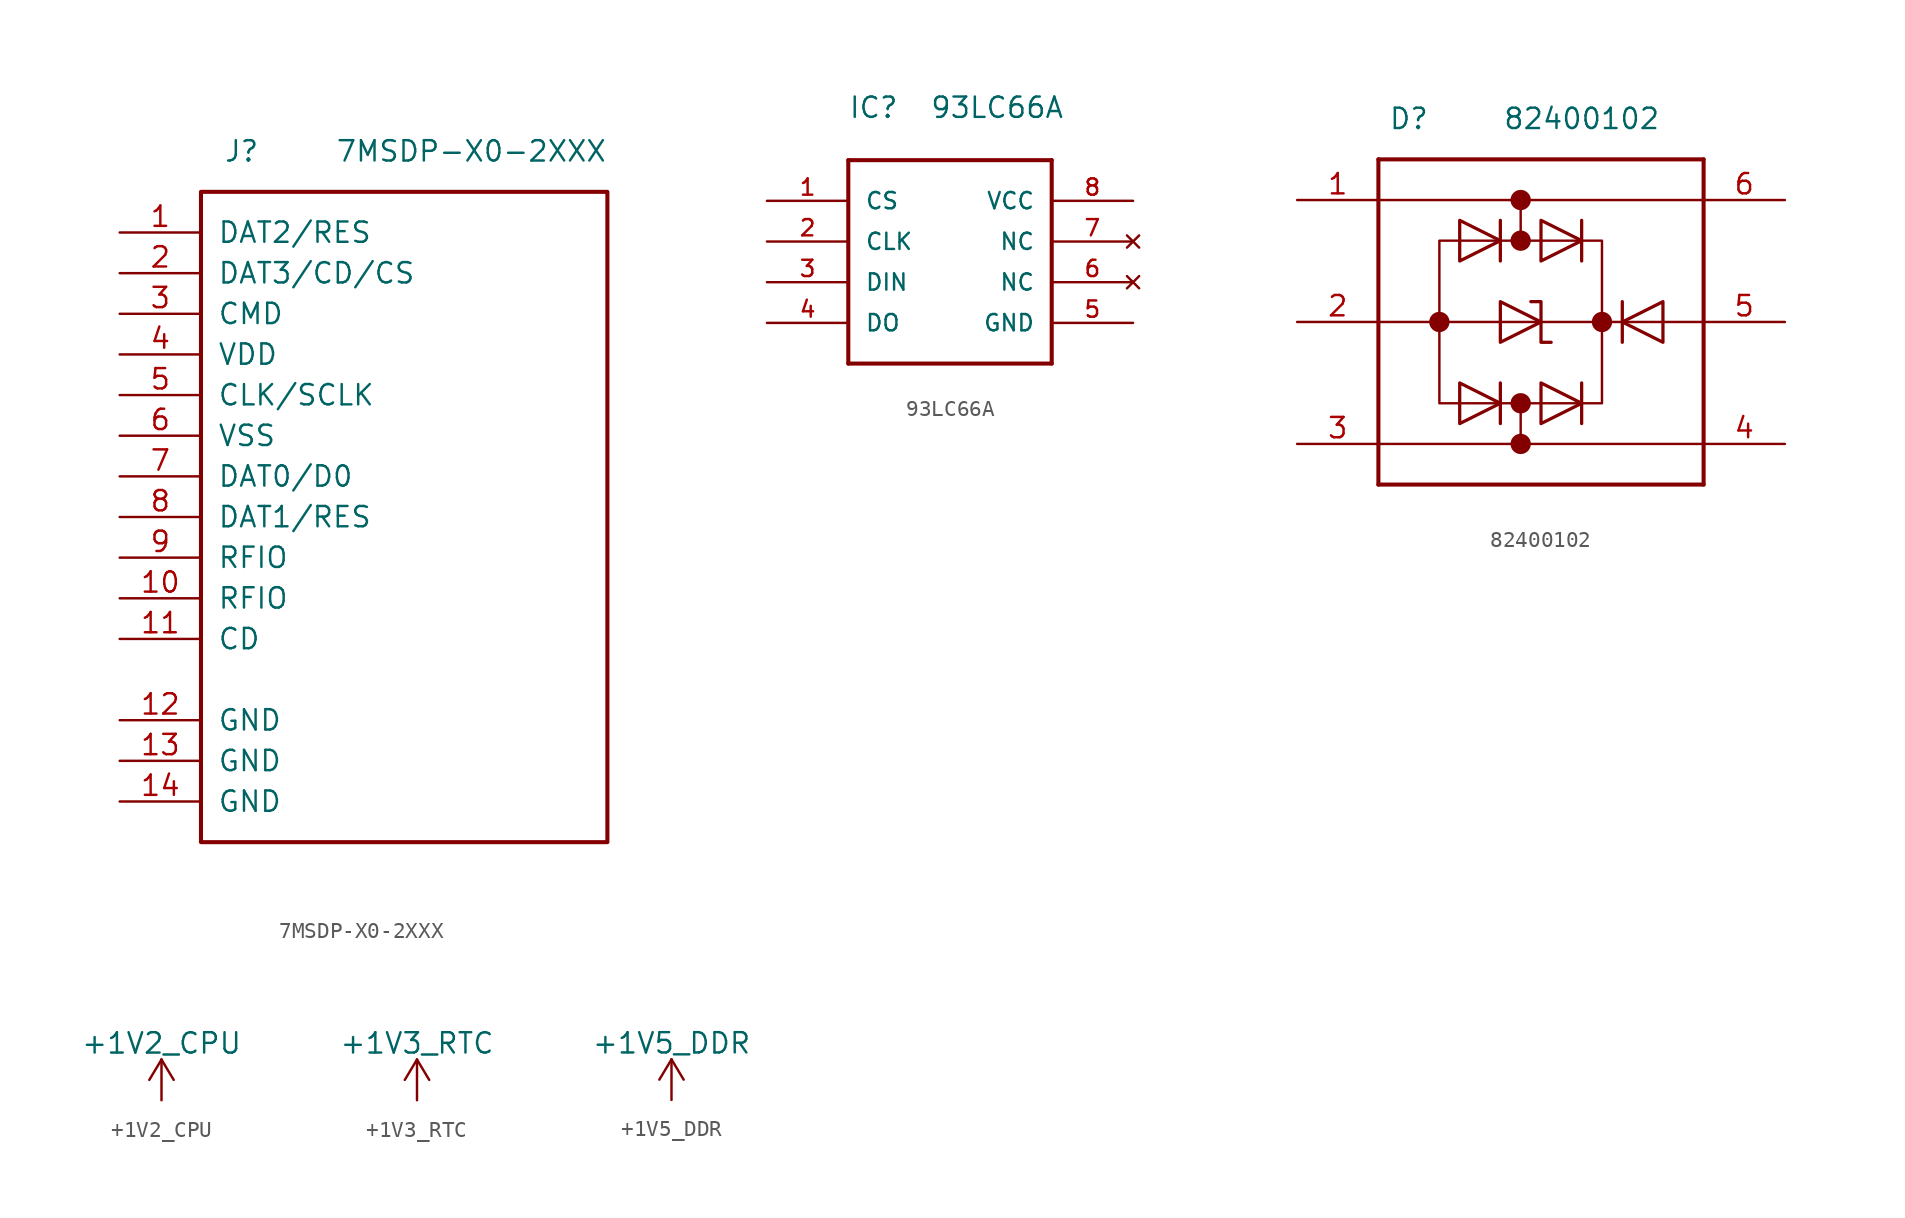
<source format=kicad_sym>
(kicad_symbol_lib
  (version 20220914)
  (generator kicad_symbol_editor)
  (symbol "7MSDP-X0-2XXX"
    (pin_names
      (offset 1.016))
    (property "Reference" "J"
      (at 2.54 2.54 0)
      (effects (font (size 1.27 1.27))))
    (property "Value" "7MSDP-X0-2XXX"
      (at 25.4 2.54 0)
      (effects (font (size 1.27 1.27)) (justify right)))
    (symbol "7MSDP-X0-2XXX_0_1"
      (polyline (pts (xy 25.4 -40.64) (xy 25.4 0) (xy 0 0) (xy 0 -40.64) (xy 25.4 -40.64)) (stroke (width 0.254) (type solid)) (fill (type none))))
    (symbol "7MSDP-X0-2XXX_1_1"
      (pin bidirectional line (at -5.08 -2.54 0) (length 5.08) (name "DAT2/RES" (effects (font (size 1.27 1.27)))) (number "1" (effects (font (size 1.27 1.27)))))
      (pin passive line (at -5.08 -25.4 0) (length 5.08) (name "RFIO" (effects (font (size 1.27 1.27)))) (number "10" (effects (font (size 1.27 1.27)))))
      (pin passive line (at -5.08 -27.94 0) (length 5.08) (name "CD" (effects (font (size 1.27 1.27)))) (number "11" (effects (font (size 1.27 1.27)))))
      (pin passive line (at -5.08 -33.02 0) (length 5.08) (name "GND" (effects (font (size 1.27 1.27)))) (number "12" (effects (font (size 1.27 1.27)))))
      (pin passive line (at -5.08 -35.56 0) (length 5.08) (name "GND" (effects (font (size 1.27 1.27)))) (number "13" (effects (font (size 1.27 1.27)))))
      (pin passive line (at -5.08 -38.1 0) (length 5.08) (name "GND" (effects (font (size 1.27 1.27)))) (number "14" (effects (font (size 1.27 1.27)))))
      (pin bidirectional line (at -5.08 -5.08 0) (length 5.08) (name "DAT3/CD/CS" (effects (font (size 1.27 1.27)))) (number "2" (effects (font (size 1.27 1.27)))))
      (pin input line (at -5.08 -7.62 0) (length 5.08) (name "CMD" (effects (font (size 1.27 1.27)))) (number "3" (effects (font (size 1.27 1.27)))))
      (pin power_in line (at -5.08 -10.16 0) (length 5.08) (name "VDD" (effects (font (size 1.27 1.27)))) (number "4" (effects (font (size 1.27 1.27)))))
      (pin input line (at -5.08 -12.7 0) (length 5.08) (name "CLK/SCLK" (effects (font (size 1.27 1.27)))) (number "5" (effects (font (size 1.27 1.27)))))
      (pin power_in line (at -5.08 -15.24 0) (length 5.08) (name "VSS" (effects (font (size 1.27 1.27)))) (number "6" (effects (font (size 1.27 1.27)))))
      (pin bidirectional line (at -5.08 -17.78 0) (length 5.08) (name "DAT0/D0" (effects (font (size 1.27 1.27)))) (number "7" (effects (font (size 1.27 1.27)))))
      (pin bidirectional line (at -5.08 -20.32 0) (length 5.08) (name "DAT1/RES" (effects (font (size 1.27 1.27)))) (number "8" (effects (font (size 1.27 1.27)))))
      (pin passive line (at -5.08 -22.86 0) (length 5.08) (name "RFIO" (effects (font (size 1.27 1.27)))) (number "9" (effects (font (size 1.27 1.27)))))))
  (symbol "93LC66A"
    (pin_names
      (offset 1.016))
    (property "Reference" "IC"
      (at 0 2.54 0)
      (effects (font (size 1.27 1.27)) (justify left bottom)))
    (property "Value" "93LC66A"
      (at 5.08 2.54 0)
      (effects (font (size 1.27 1.27)) (justify left bottom)))
    (symbol "93LC66A_1_0"
      (polyline (pts (xy 0 -12.7) (xy 0 0)) (stroke (width 0.254) (type solid)) (fill (type none)))
      (polyline (pts (xy 0 0) (xy 12.7 0)) (stroke (width 0.254) (type solid)) (fill (type none)))
      (polyline (pts (xy 12.7 -12.7) (xy 0 -12.7)) (stroke (width 0.254) (type solid)) (fill (type none)))
      (polyline (pts (xy 12.7 0) (xy 12.7 -12.7)) (stroke (width 0.254) (type solid)) (fill (type none))))
    (symbol "93LC66A_1_1"
      (pin input line (at -5.08 -2.54 0) (length 5.08) (name "CS" (effects (font (size 1.016 1.016)))) (number "1" (effects (font (size 1.016 1.016)))))
      (pin input line (at -5.08 -5.08 0) (length 5.08) (name "CLK" (effects (font (size 1.016 1.016)))) (number "2" (effects (font (size 1.016 1.016)))))
      (pin input line (at -5.08 -7.62 0) (length 5.08) (name "DIN" (effects (font (size 1.016 1.016)))) (number "3" (effects (font (size 1.016 1.016)))))
      (pin output line (at -5.08 -10.16 0) (length 5.08) (name "DO" (effects (font (size 1.016 1.016)))) (number "4" (effects (font (size 1.016 1.016)))))
      (pin power_in line (at 17.78 -10.16 180) (length 5.08) (name "GND" (effects (font (size 1.016 1.016)))) (number "5" (effects (font (size 1.016 1.016)))))
      (pin no_connect line (at 17.78 -7.62 180) (length 5.08) (name "NC" (effects (font (size 1.016 1.016)))) (number "6" (effects (font (size 1.016 1.016)))))
      (pin no_connect line (at 17.78 -5.08 180) (length 5.08) (name "NC" (effects (font (size 1.016 1.016)))) (number "7" (effects (font (size 1.016 1.016)))))
      (pin power_in line (at 17.78 -2.54 180) (length 5.08) (name "VCC" (effects (font (size 1.016 1.016)))) (number "8" (effects (font (size 1.016 1.016)))))))
  (symbol "82400102"
    (pin_names
      (offset 1.016) hide)
    (property "Reference" "D"
      (at 1.905 2.54 0)
      (effects (font (size 1.27 1.27))))
    (property "Value" "82400102"
      (at 12.7 2.54 0)
      (effects (font (size 1.27 1.27))))
    (symbol "82400102_0_1"
      (polyline (pts (xy 0 -10.16) (xy 20.32 -10.16)) (stroke (width 0) (type solid)) (fill (type none)))
      (polyline (pts (xy 8.89 -5.08) (xy 8.89 -2.54)) (stroke (width 0) (type solid)) (fill (type none)))
      (polyline (pts (xy 13.97 -5.08) (xy 13.97 -15.24) (xy 3.81 -15.24) (xy 3.81 -5.08) (xy 13.97 -5.08)) (stroke (width 0) (type solid)) (fill (type none))))
    (symbol "82400102_1_1"
      (polyline (pts (xy 0 -20.32) (xy 0 0)) (stroke (width 0.254) (type solid)) (fill (type none)))
      (polyline (pts (xy 0 -20.32) (xy 20.32 -20.32)) (stroke (width 0.254) (type solid)) (fill (type none)))
      (polyline (pts (xy 0 0) (xy 20.32 0)) (stroke (width 0.254) (type solid)) (fill (type none)))
      (polyline (pts (xy 7.62 -16.51) (xy 7.62 -13.97)) (stroke (width 0.203) (type solid)) (fill (type none)))
      (polyline (pts (xy 7.62 -6.35) (xy 7.62 -3.81)) (stroke (width 0.203) (type solid)) (fill (type none)))
      (polyline (pts (xy 8.89 -15.24) (xy 8.89 -17.78)) (stroke (width 0) (type solid)) (fill (type none)))
      (polyline (pts (xy 12.7 -16.51) (xy 12.7 -13.97)) (stroke (width 0.203) (type solid)) (fill (type none)))
      (polyline (pts (xy 12.7 -6.35) (xy 12.7 -3.81)) (stroke (width 0.203) (type solid)) (fill (type none)))
      (polyline (pts (xy 15.24 -8.89) (xy 15.24 -11.43)) (stroke (width 0.203) (type solid)) (fill (type none)))
      (polyline (pts (xy 20.32 -17.78) (xy 0 -17.78)) (stroke (width 0) (type solid)) (fill (type none)))
      (polyline (pts (xy 20.32 -2.54) (xy 0 -2.54)) (stroke (width 0) (type solid)) (fill (type none)))
      (polyline (pts (xy 20.32 0) (xy 20.32 -20.32)) (stroke (width 0.254) (type solid)) (fill (type none)))
      (polyline (pts (xy 5.08 -16.51) (xy 5.08 -13.97) (xy 7.62 -15.24) (xy 5.08 -16.51)) (stroke (width 0.203) (type solid)) (fill (type none)))
      (polyline (pts (xy 5.08 -6.35) (xy 5.08 -3.81) (xy 7.62 -5.08) (xy 5.08 -6.35)) (stroke (width 0.203) (type solid)) (fill (type none)))
      (polyline (pts (xy 7.62 -11.43) (xy 7.62 -8.89) (xy 10.16 -10.16) (xy 7.62 -11.43)) (stroke (width 0.203) (type solid)) (fill (type none)))
      (polyline (pts (xy 9.525 -8.89) (xy 10.16 -8.89) (xy 10.16 -11.43) (xy 10.795 -11.43)) (stroke (width 0.203) (type solid)) (fill (type none)))
      (polyline (pts (xy 10.16 -16.51) (xy 10.16 -13.97) (xy 12.7 -15.24) (xy 10.16 -16.51)) (stroke (width 0.203) (type solid)) (fill (type none)))
      (polyline (pts (xy 10.16 -6.35) (xy 10.16 -3.81) (xy 12.7 -5.08) (xy 10.16 -6.35)) (stroke (width 0.203) (type solid)) (fill (type none)))
      (polyline (pts (xy 17.78 -8.89) (xy 17.78 -11.43) (xy 15.24 -10.16) (xy 17.78 -8.89)) (stroke (width 0.203) (type solid)) (fill (type none)))
      (circle (center 3.81 -10.16) (radius 0.0001) (stroke (width 0.635) (type solid)) (fill (type none)))
      (circle (center 8.89 -17.78) (radius 0.0001) (stroke (width 0.635) (type solid)) (fill (type none)))
      (circle (center 8.89 -15.24) (radius 0.0001) (stroke (width 0.635) (type solid)) (fill (type none)))
      (circle (center 8.89 -5.08) (radius 0.0001) (stroke (width 0.635) (type solid)) (fill (type none)))
      (circle (center 8.89 -2.54) (radius 0.0001) (stroke (width 0.635) (type solid)) (fill (type none)))
      (circle (center 13.97 -10.16) (radius 0.0001) (stroke (width 0.635) (type solid)) (fill (type none)))
      (pin passive line (at -5.08 -2.54 0) (length 5.08) (name "I/O_1" (effects (font (size 1.27 1.27)))) (number "1" (effects (font (size 1.27 1.27)))))
      (pin passive line (at -5.08 -10.16 0) (length 5.08) (name "GND" (effects (font (size 1.27 1.27)))) (number "2" (effects (font (size 1.27 1.27)))))
      (pin passive line (at -5.08 -17.78 0) (length 5.08) (name "I/O_2" (effects (font (size 1.27 1.27)))) (number "3" (effects (font (size 1.27 1.27)))))
      (pin passive line (at 25.4 -17.78 180) (length 5.08) (name "I/O_2" (effects (font (size 1.27 1.27)))) (number "4" (effects (font (size 1.27 1.27)))))
      (pin passive line (at 25.4 -10.16 180) (length 5.08) (name "VDD" (effects (font (size 1.27 1.27)))) (number "5" (effects (font (size 1.27 1.27)))))
      (pin passive line (at 25.4 -2.54 180) (length 5.08) (name "I/O_1" (effects (font (size 1.27 1.27)))) (number "6" (effects (font (size 1.27 1.27)))))))
  (symbol "+1V2_CPU"
    (power)
    (pin_names
      (offset 0))
    (property "Reference" "#PWR"
      (at 0 -3.81 0)
      (effects (font (size 1.27 1.27)) hide))
    (property "Value" "+1V2_CPU"
      (at 0 3.556 0)
      (effects (font (size 1.27 1.27))))
    (symbol "+1V2_CPU_0_1"
      (polyline (pts (xy -0.762 1.27) (xy 0 2.54)) (stroke (width 0) (type solid)) (fill (type none)))
      (polyline (pts (xy 0 0) (xy 0 2.54)) (stroke (width 0) (type solid)) (fill (type none)))
      (polyline (pts (xy 0 2.54) (xy 0.762 1.27)) (stroke (width 0) (type solid)) (fill (type none))))
    (symbol "+1V2_CPU_1_1"
      (pin power_in line (at 0 0 90) (length 0) hide (name "+1V2_CPU" (effects (font (size 1.27 1.27)))) (number "1" (effects (font (size 1.27 1.27)))))))
  (symbol "+1V3_RTC"
    (power)
    (pin_names
      (offset 0))
    (property "Reference" "#PWR"
      (at 0 -3.81 0)
      (effects (font (size 1.27 1.27)) hide))
    (property "Value" "+1V3_RTC"
      (at 0 3.556 0)
      (effects (font (size 1.27 1.27))))
    (symbol "+1V3_RTC_0_1"
      (polyline (pts (xy -0.762 1.27) (xy 0 2.54)) (stroke (width 0) (type solid)) (fill (type none)))
      (polyline (pts (xy 0 0) (xy 0 2.54)) (stroke (width 0) (type solid)) (fill (type none)))
      (polyline (pts (xy 0 2.54) (xy 0.762 1.27)) (stroke (width 0) (type solid)) (fill (type none))))
    (symbol "+1V3_RTC_1_1"
      (pin power_in line (at 0 0 90) (length 0) hide (name "+1V3_RTC" (effects (font (size 1.27 1.27)))) (number "1" (effects (font (size 1.27 1.27)))))))
  (symbol "+1V5_DDR"
    (power)
    (pin_names
      (offset 0))
    (property "Reference" "#PWR"
      (at 0 -3.81 0)
      (effects (font (size 1.27 1.27)) hide))
    (property "Value" "+1V5_DDR"
      (at 0 3.556 0)
      (effects (font (size 1.27 1.27))))
    (symbol "+1V5_DDR_0_1"
      (polyline (pts (xy -0.762 1.27) (xy 0 2.54)) (stroke (width 0) (type solid)) (fill (type none)))
      (polyline (pts (xy 0 0) (xy 0 2.54)) (stroke (width 0) (type solid)) (fill (type none)))
      (polyline (pts (xy 0 2.54) (xy 0.762 1.27)) (stroke (width 0) (type solid)) (fill (type none))))
    (symbol "+1V5_DDR_1_1"
      (pin power_in line (at 0 0 90) (length 0) hide (name "+1V5_DDR" (effects (font (size 1.27 1.27)))) (number "1" (effects (font (size 1.27 1.27))))))))
</source>
